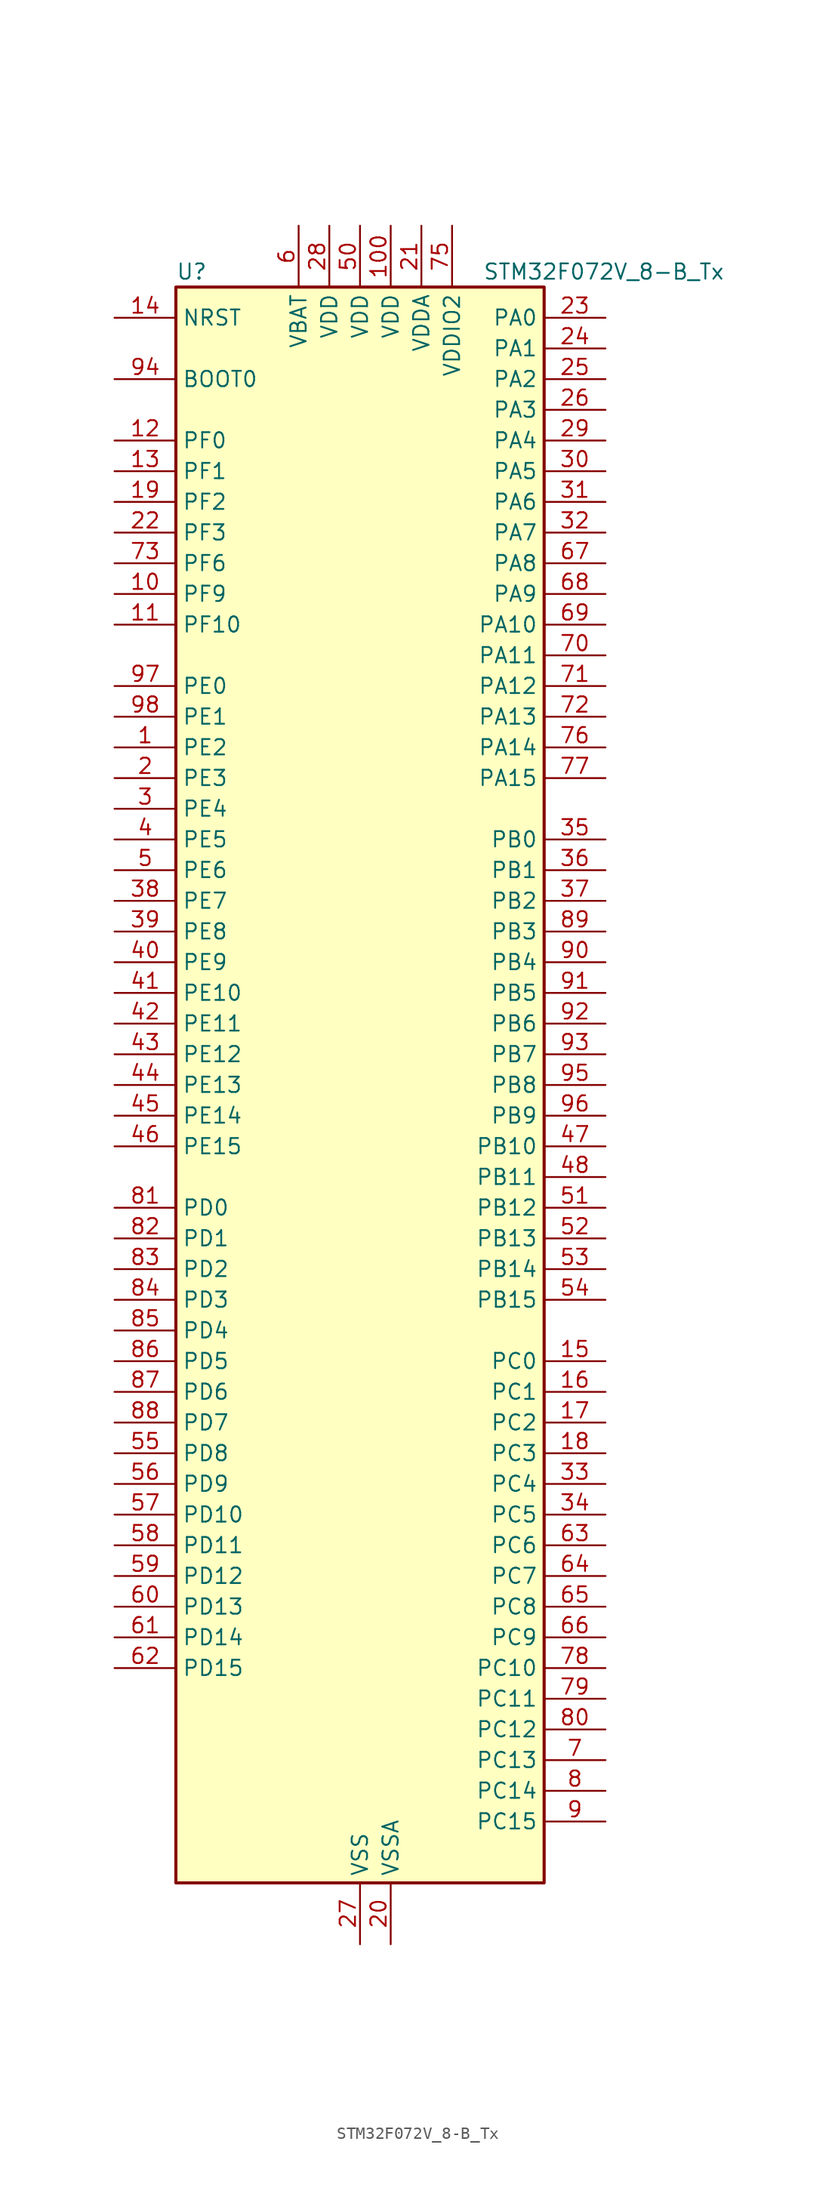
<source format=kicad_sym>
(kicad_symbol_lib
  (version 20220914)
  (generator kicad_symbol_editor)
  (symbol "STM32F072V_8-B_Tx"
    (property "Reference" "U"
      (at -15.24 67.31 0)
      (effects (font (size 1.27 1.27)) (justify left)))
    (property "Value" "STM32F072V_8-B_Tx"
      (at 10.16 67.31 0)
      (effects (font (size 1.27 1.27)) (justify left)))
    (property "ki_locked" ""
      (at 0 0 0)
      (effects (font (size 1.27 1.27))))
    (symbol "STM32F072V_8-B_Tx_0_1"
      (rectangle (start -15.24 -66.04) (end 15.24 66.04) (stroke (width 0.254) (type default)) (fill (type background))))
    (symbol "STM32F072V_8-B_Tx_1_1"
      (pin bidirectional line (at -20.32 27.94 0) (length 5.08) (name "PE2" (effects (font (size 1.27 1.27)))) (number "1" (effects (font (size 1.27 1.27)))) (alternate "TIM3_ETR" bidirectional line) (alternate "TSC_G7_IO1" bidirectional line))
      (pin bidirectional line (at -20.32 40.64 0) (length 5.08) (name "PF9" (effects (font (size 1.27 1.27)))) (number "10" (effects (font (size 1.27 1.27)))) (alternate "DAC_EXTI9" bidirectional line) (alternate "TIM15_CH1" bidirectional line))
      (pin power_in line (at 2.54 71.12 270) (length 5.08) (name "VDD" (effects (font (size 1.27 1.27)))) (number "100" (effects (font (size 1.27 1.27)))))
      (pin bidirectional line (at -20.32 38.1 0) (length 5.08) (name "PF10" (effects (font (size 1.27 1.27)))) (number "11" (effects (font (size 1.27 1.27)))) (alternate "TIM15_CH2" bidirectional line))
      (pin bidirectional line (at -20.32 53.34 0) (length 5.08) (name "PF0" (effects (font (size 1.27 1.27)))) (number "12" (effects (font (size 1.27 1.27)))) (alternate "CRS_SYNC" bidirectional line) (alternate "RCC_OSC_IN" bidirectional line))
      (pin bidirectional line (at -20.32 50.8 0) (length 5.08) (name "PF1" (effects (font (size 1.27 1.27)))) (number "13" (effects (font (size 1.27 1.27)))) (alternate "RCC_OSC_OUT" bidirectional line))
      (pin input line (at -20.32 63.5 0) (length 5.08) (name "NRST" (effects (font (size 1.27 1.27)))) (number "14" (effects (font (size 1.27 1.27)))))
      (pin bidirectional line (at 20.32 -22.86 180) (length 5.08) (name "PC0" (effects (font (size 1.27 1.27)))) (number "15" (effects (font (size 1.27 1.27)))) (alternate "ADC_IN10" bidirectional line))
      (pin bidirectional line (at 20.32 -25.4 180) (length 5.08) (name "PC1" (effects (font (size 1.27 1.27)))) (number "16" (effects (font (size 1.27 1.27)))) (alternate "ADC_IN11" bidirectional line))
      (pin bidirectional line (at 20.32 -27.94 180) (length 5.08) (name "PC2" (effects (font (size 1.27 1.27)))) (number "17" (effects (font (size 1.27 1.27)))) (alternate "ADC_IN12" bidirectional line) (alternate "I2S2_MCK" bidirectional line) (alternate "SPI2_MISO" bidirectional line))
      (pin bidirectional line (at 20.32 -30.48 180) (length 5.08) (name "PC3" (effects (font (size 1.27 1.27)))) (number "18" (effects (font (size 1.27 1.27)))) (alternate "ADC_IN13" bidirectional line) (alternate "I2S2_SD" bidirectional line) (alternate "SPI2_MOSI" bidirectional line))
      (pin bidirectional line (at -20.32 48.26 0) (length 5.08) (name "PF2" (effects (font (size 1.27 1.27)))) (number "19" (effects (font (size 1.27 1.27)))) (alternate "SYS_WKUP8" bidirectional line))
      (pin bidirectional line (at -20.32 25.4 0) (length 5.08) (name "PE3" (effects (font (size 1.27 1.27)))) (number "2" (effects (font (size 1.27 1.27)))) (alternate "TIM3_CH1" bidirectional line) (alternate "TSC_G7_IO2" bidirectional line))
      (pin power_in line (at 2.54 -71.12 90) (length 5.08) (name "VSSA" (effects (font (size 1.27 1.27)))) (number "20" (effects (font (size 1.27 1.27)))))
      (pin power_in line (at 5.08 71.12 270) (length 5.08) (name "VDDA" (effects (font (size 1.27 1.27)))) (number "21" (effects (font (size 1.27 1.27)))))
      (pin bidirectional line (at -20.32 45.72 0) (length 5.08) (name "PF3" (effects (font (size 1.27 1.27)))) (number "22" (effects (font (size 1.27 1.27)))))
      (pin bidirectional line (at 20.32 63.5 180) (length 5.08) (name "PA0" (effects (font (size 1.27 1.27)))) (number "23" (effects (font (size 1.27 1.27)))) (alternate "ADC_IN0" bidirectional line) (alternate "COMP1_INM" bidirectional line) (alternate "COMP1_OUT" bidirectional line) (alternate "RTC_TAMP2" bidirectional line) (alternate "SYS_WKUP1" bidirectional line) (alternate "TIM2_CH1" bidirectional line) (alternate "TIM2_ETR" bidirectional line) (alternate "TSC_G1_IO1" bidirectional line) (alternate "USART2_CTS" bidirectional line) (alternate "USART4_TX" bidirectional line))
      (pin bidirectional line (at 20.32 60.96 180) (length 5.08) (name "PA1" (effects (font (size 1.27 1.27)))) (number "24" (effects (font (size 1.27 1.27)))) (alternate "ADC_IN1" bidirectional line) (alternate "COMP1_INP" bidirectional line) (alternate "TIM15_CH1N" bidirectional line) (alternate "TIM2_CH2" bidirectional line) (alternate "TSC_G1_IO2" bidirectional line) (alternate "USART2_DE" bidirectional line) (alternate "USART2_RTS" bidirectional line) (alternate "USART4_RX" bidirectional line))
      (pin bidirectional line (at 20.32 58.42 180) (length 5.08) (name "PA2" (effects (font (size 1.27 1.27)))) (number "25" (effects (font (size 1.27 1.27)))) (alternate "ADC_IN2" bidirectional line) (alternate "COMP2_INM" bidirectional line) (alternate "COMP2_OUT" bidirectional line) (alternate "SYS_WKUP4" bidirectional line) (alternate "TIM15_CH1" bidirectional line) (alternate "TIM2_CH3" bidirectional line) (alternate "TSC_G1_IO3" bidirectional line) (alternate "USART2_TX" bidirectional line))
      (pin bidirectional line (at 20.32 55.88 180) (length 5.08) (name "PA3" (effects (font (size 1.27 1.27)))) (number "26" (effects (font (size 1.27 1.27)))) (alternate "ADC_IN3" bidirectional line) (alternate "COMP2_INP" bidirectional line) (alternate "TIM15_CH2" bidirectional line) (alternate "TIM2_CH4" bidirectional line) (alternate "TSC_G1_IO4" bidirectional line) (alternate "USART2_RX" bidirectional line))
      (pin power_in line (at 0 -71.12 90) (length 5.08) (name "VSS" (effects (font (size 1.27 1.27)))) (number "27" (effects (font (size 1.27 1.27)))))
      (pin power_in line (at -2.54 71.12 270) (length 5.08) (name "VDD" (effects (font (size 1.27 1.27)))) (number "28" (effects (font (size 1.27 1.27)))))
      (pin bidirectional line (at 20.32 53.34 180) (length 5.08) (name "PA4" (effects (font (size 1.27 1.27)))) (number "29" (effects (font (size 1.27 1.27)))) (alternate "ADC_IN4" bidirectional line) (alternate "COMP1_INM" bidirectional line) (alternate "COMP2_INM" bidirectional line) (alternate "DAC_OUT1" bidirectional line) (alternate "I2S1_WS" bidirectional line) (alternate "SPI1_NSS" bidirectional line) (alternate "TIM14_CH1" bidirectional line) (alternate "TSC_G2_IO1" bidirectional line) (alternate "USART2_CK" bidirectional line))
      (pin bidirectional line (at -20.32 22.86 0) (length 5.08) (name "PE4" (effects (font (size 1.27 1.27)))) (number "3" (effects (font (size 1.27 1.27)))) (alternate "TIM3_CH2" bidirectional line) (alternate "TSC_G7_IO3" bidirectional line))
      (pin bidirectional line (at 20.32 50.8 180) (length 5.08) (name "PA5" (effects (font (size 1.27 1.27)))) (number "30" (effects (font (size 1.27 1.27)))) (alternate "ADC_IN5" bidirectional line) (alternate "CEC" bidirectional line) (alternate "COMP1_INM" bidirectional line) (alternate "COMP2_INM" bidirectional line) (alternate "DAC_OUT2" bidirectional line) (alternate "I2S1_CK" bidirectional line) (alternate "SPI1_SCK" bidirectional line) (alternate "TIM2_CH1" bidirectional line) (alternate "TIM2_ETR" bidirectional line) (alternate "TSC_G2_IO2" bidirectional line))
      (pin bidirectional line (at 20.32 48.26 180) (length 5.08) (name "PA6" (effects (font (size 1.27 1.27)))) (number "31" (effects (font (size 1.27 1.27)))) (alternate "ADC_IN6" bidirectional line) (alternate "COMP1_OUT" bidirectional line) (alternate "I2S1_MCK" bidirectional line) (alternate "SPI1_MISO" bidirectional line) (alternate "TIM16_CH1" bidirectional line) (alternate "TIM1_BKIN" bidirectional line) (alternate "TIM3_CH1" bidirectional line) (alternate "TSC_G2_IO3" bidirectional line) (alternate "USART3_CTS" bidirectional line))
      (pin bidirectional line (at 20.32 45.72 180) (length 5.08) (name "PA7" (effects (font (size 1.27 1.27)))) (number "32" (effects (font (size 1.27 1.27)))) (alternate "ADC_IN7" bidirectional line) (alternate "COMP2_OUT" bidirectional line) (alternate "I2S1_SD" bidirectional line) (alternate "SPI1_MOSI" bidirectional line) (alternate "TIM14_CH1" bidirectional line) (alternate "TIM17_CH1" bidirectional line) (alternate "TIM1_CH1N" bidirectional line) (alternate "TIM3_CH2" bidirectional line) (alternate "TSC_G2_IO4" bidirectional line))
      (pin bidirectional line (at 20.32 -33.02 180) (length 5.08) (name "PC4" (effects (font (size 1.27 1.27)))) (number "33" (effects (font (size 1.27 1.27)))) (alternate "ADC_IN14" bidirectional line) (alternate "USART3_TX" bidirectional line))
      (pin bidirectional line (at 20.32 -35.56 180) (length 5.08) (name "PC5" (effects (font (size 1.27 1.27)))) (number "34" (effects (font (size 1.27 1.27)))) (alternate "ADC_IN15" bidirectional line) (alternate "SYS_WKUP5" bidirectional line) (alternate "TSC_G3_IO1" bidirectional line) (alternate "USART3_RX" bidirectional line))
      (pin bidirectional line (at 20.32 20.32 180) (length 5.08) (name "PB0" (effects (font (size 1.27 1.27)))) (number "35" (effects (font (size 1.27 1.27)))) (alternate "ADC_IN8" bidirectional line) (alternate "TIM1_CH2N" bidirectional line) (alternate "TIM3_CH3" bidirectional line) (alternate "TSC_G3_IO2" bidirectional line) (alternate "USART3_CK" bidirectional line))
      (pin bidirectional line (at 20.32 17.78 180) (length 5.08) (name "PB1" (effects (font (size 1.27 1.27)))) (number "36" (effects (font (size 1.27 1.27)))) (alternate "ADC_IN9" bidirectional line) (alternate "TIM14_CH1" bidirectional line) (alternate "TIM1_CH3N" bidirectional line) (alternate "TIM3_CH4" bidirectional line) (alternate "TSC_G3_IO3" bidirectional line) (alternate "USART3_DE" bidirectional line) (alternate "USART3_RTS" bidirectional line))
      (pin bidirectional line (at 20.32 15.24 180) (length 5.08) (name "PB2" (effects (font (size 1.27 1.27)))) (number "37" (effects (font (size 1.27 1.27)))) (alternate "TSC_G3_IO4" bidirectional line))
      (pin bidirectional line (at -20.32 15.24 0) (length 5.08) (name "PE7" (effects (font (size 1.27 1.27)))) (number "38" (effects (font (size 1.27 1.27)))) (alternate "TIM1_ETR" bidirectional line))
      (pin bidirectional line (at -20.32 12.7 0) (length 5.08) (name "PE8" (effects (font (size 1.27 1.27)))) (number "39" (effects (font (size 1.27 1.27)))) (alternate "TIM1_CH1N" bidirectional line))
      (pin bidirectional line (at -20.32 20.32 0) (length 5.08) (name "PE5" (effects (font (size 1.27 1.27)))) (number "4" (effects (font (size 1.27 1.27)))) (alternate "TIM3_CH3" bidirectional line) (alternate "TSC_G7_IO4" bidirectional line))
      (pin bidirectional line (at -20.32 10.16 0) (length 5.08) (name "PE9" (effects (font (size 1.27 1.27)))) (number "40" (effects (font (size 1.27 1.27)))) (alternate "DAC_EXTI9" bidirectional line) (alternate "TIM1_CH1" bidirectional line))
      (pin bidirectional line (at -20.32 7.62 0) (length 5.08) (name "PE10" (effects (font (size 1.27 1.27)))) (number "41" (effects (font (size 1.27 1.27)))) (alternate "TIM1_CH2N" bidirectional line))
      (pin bidirectional line (at -20.32 5.08 0) (length 5.08) (name "PE11" (effects (font (size 1.27 1.27)))) (number "42" (effects (font (size 1.27 1.27)))) (alternate "TIM1_CH2" bidirectional line))
      (pin bidirectional line (at -20.32 2.54 0) (length 5.08) (name "PE12" (effects (font (size 1.27 1.27)))) (number "43" (effects (font (size 1.27 1.27)))) (alternate "I2S1_WS" bidirectional line) (alternate "SPI1_NSS" bidirectional line) (alternate "TIM1_CH3N" bidirectional line))
      (pin bidirectional line (at -20.32 0 0) (length 5.08) (name "PE13" (effects (font (size 1.27 1.27)))) (number "44" (effects (font (size 1.27 1.27)))) (alternate "I2S1_CK" bidirectional line) (alternate "SPI1_SCK" bidirectional line) (alternate "TIM1_CH3" bidirectional line))
      (pin bidirectional line (at -20.32 -2.54 0) (length 5.08) (name "PE14" (effects (font (size 1.27 1.27)))) (number "45" (effects (font (size 1.27 1.27)))) (alternate "I2S1_MCK" bidirectional line) (alternate "SPI1_MISO" bidirectional line) (alternate "TIM1_CH4" bidirectional line))
      (pin bidirectional line (at -20.32 -5.08 0) (length 5.08) (name "PE15" (effects (font (size 1.27 1.27)))) (number "46" (effects (font (size 1.27 1.27)))) (alternate "I2S1_SD" bidirectional line) (alternate "SPI1_MOSI" bidirectional line) (alternate "TIM1_BKIN" bidirectional line))
      (pin bidirectional line (at 20.32 -5.08 180) (length 5.08) (name "PB10" (effects (font (size 1.27 1.27)))) (number "47" (effects (font (size 1.27 1.27)))) (alternate "CEC" bidirectional line) (alternate "I2C2_SCL" bidirectional line) (alternate "I2S2_CK" bidirectional line) (alternate "SPI2_SCK" bidirectional line) (alternate "TIM2_CH3" bidirectional line) (alternate "TSC_SYNC" bidirectional line) (alternate "USART3_TX" bidirectional line))
      (pin bidirectional line (at 20.32 -7.62 180) (length 5.08) (name "PB11" (effects (font (size 1.27 1.27)))) (number "48" (effects (font (size 1.27 1.27)))) (alternate "I2C2_SDA" bidirectional line) (alternate "TIM2_CH4" bidirectional line) (alternate "TSC_G6_IO1" bidirectional line) (alternate "USART3_RX" bidirectional line))
      (pin passive line (at 0 -71.12 90) (length 5.08) hide (name "VSS" (effects (font (size 1.27 1.27)))) (number "49" (effects (font (size 1.27 1.27)))))
      (pin bidirectional line (at -20.32 17.78 0) (length 5.08) (name "PE6" (effects (font (size 1.27 1.27)))) (number "5" (effects (font (size 1.27 1.27)))) (alternate "RTC_TAMP3" bidirectional line) (alternate "SYS_WKUP3" bidirectional line) (alternate "TIM3_CH4" bidirectional line))
      (pin power_in line (at 0 71.12 270) (length 5.08) (name "VDD" (effects (font (size 1.27 1.27)))) (number "50" (effects (font (size 1.27 1.27)))))
      (pin bidirectional line (at 20.32 -10.16 180) (length 5.08) (name "PB12" (effects (font (size 1.27 1.27)))) (number "51" (effects (font (size 1.27 1.27)))) (alternate "I2S2_WS" bidirectional line) (alternate "SPI2_NSS" bidirectional line) (alternate "TIM15_BKIN" bidirectional line) (alternate "TIM1_BKIN" bidirectional line) (alternate "TSC_G6_IO2" bidirectional line) (alternate "USART3_CK" bidirectional line))
      (pin bidirectional line (at 20.32 -12.7 180) (length 5.08) (name "PB13" (effects (font (size 1.27 1.27)))) (number "52" (effects (font (size 1.27 1.27)))) (alternate "I2C2_SCL" bidirectional line) (alternate "I2S2_CK" bidirectional line) (alternate "SPI2_SCK" bidirectional line) (alternate "TIM1_CH1N" bidirectional line) (alternate "TSC_G6_IO3" bidirectional line) (alternate "USART3_CTS" bidirectional line))
      (pin bidirectional line (at 20.32 -15.24 180) (length 5.08) (name "PB14" (effects (font (size 1.27 1.27)))) (number "53" (effects (font (size 1.27 1.27)))) (alternate "I2C2_SDA" bidirectional line) (alternate "I2S2_MCK" bidirectional line) (alternate "SPI2_MISO" bidirectional line) (alternate "TIM15_CH1" bidirectional line) (alternate "TIM1_CH2N" bidirectional line) (alternate "TSC_G6_IO4" bidirectional line) (alternate "USART3_DE" bidirectional line) (alternate "USART3_RTS" bidirectional line))
      (pin bidirectional line (at 20.32 -17.78 180) (length 5.08) (name "PB15" (effects (font (size 1.27 1.27)))) (number "54" (effects (font (size 1.27 1.27)))) (alternate "I2S2_SD" bidirectional line) (alternate "RTC_REFIN" bidirectional line) (alternate "SPI2_MOSI" bidirectional line) (alternate "SYS_WKUP7" bidirectional line) (alternate "TIM15_CH1N" bidirectional line) (alternate "TIM15_CH2" bidirectional line) (alternate "TIM1_CH3N" bidirectional line))
      (pin bidirectional line (at -20.32 -30.48 0) (length 5.08) (name "PD8" (effects (font (size 1.27 1.27)))) (number "55" (effects (font (size 1.27 1.27)))) (alternate "USART3_TX" bidirectional line))
      (pin bidirectional line (at -20.32 -33.02 0) (length 5.08) (name "PD9" (effects (font (size 1.27 1.27)))) (number "56" (effects (font (size 1.27 1.27)))) (alternate "DAC_EXTI9" bidirectional line) (alternate "USART3_RX" bidirectional line))
      (pin bidirectional line (at -20.32 -35.56 0) (length 5.08) (name "PD10" (effects (font (size 1.27 1.27)))) (number "57" (effects (font (size 1.27 1.27)))) (alternate "USART3_CK" bidirectional line))
      (pin bidirectional line (at -20.32 -38.1 0) (length 5.08) (name "PD11" (effects (font (size 1.27 1.27)))) (number "58" (effects (font (size 1.27 1.27)))) (alternate "USART3_CTS" bidirectional line))
      (pin bidirectional line (at -20.32 -40.64 0) (length 5.08) (name "PD12" (effects (font (size 1.27 1.27)))) (number "59" (effects (font (size 1.27 1.27)))) (alternate "TSC_G8_IO1" bidirectional line) (alternate "USART3_DE" bidirectional line) (alternate "USART3_RTS" bidirectional line))
      (pin power_in line (at -5.08 71.12 270) (length 5.08) (name "VBAT" (effects (font (size 1.27 1.27)))) (number "6" (effects (font (size 1.27 1.27)))))
      (pin bidirectional line (at -20.32 -43.18 0) (length 5.08) (name "PD13" (effects (font (size 1.27 1.27)))) (number "60" (effects (font (size 1.27 1.27)))) (alternate "TSC_G8_IO2" bidirectional line))
      (pin bidirectional line (at -20.32 -45.72 0) (length 5.08) (name "PD14" (effects (font (size 1.27 1.27)))) (number "61" (effects (font (size 1.27 1.27)))) (alternate "TSC_G8_IO3" bidirectional line))
      (pin bidirectional line (at -20.32 -48.26 0) (length 5.08) (name "PD15" (effects (font (size 1.27 1.27)))) (number "62" (effects (font (size 1.27 1.27)))) (alternate "CRS_SYNC" bidirectional line) (alternate "TSC_G8_IO4" bidirectional line))
      (pin bidirectional line (at 20.32 -38.1 180) (length 5.08) (name "PC6" (effects (font (size 1.27 1.27)))) (number "63" (effects (font (size 1.27 1.27)))) (alternate "TIM3_CH1" bidirectional line))
      (pin bidirectional line (at 20.32 -40.64 180) (length 5.08) (name "PC7" (effects (font (size 1.27 1.27)))) (number "64" (effects (font (size 1.27 1.27)))) (alternate "TIM3_CH2" bidirectional line))
      (pin bidirectional line (at 20.32 -43.18 180) (length 5.08) (name "PC8" (effects (font (size 1.27 1.27)))) (number "65" (effects (font (size 1.27 1.27)))) (alternate "TIM3_CH3" bidirectional line))
      (pin bidirectional line (at 20.32 -45.72 180) (length 5.08) (name "PC9" (effects (font (size 1.27 1.27)))) (number "66" (effects (font (size 1.27 1.27)))) (alternate "DAC_EXTI9" bidirectional line) (alternate "TIM3_CH4" bidirectional line))
      (pin bidirectional line (at 20.32 43.18 180) (length 5.08) (name "PA8" (effects (font (size 1.27 1.27)))) (number "67" (effects (font (size 1.27 1.27)))) (alternate "CRS_SYNC" bidirectional line) (alternate "RCC_MCO" bidirectional line) (alternate "TIM1_CH1" bidirectional line) (alternate "USART1_CK" bidirectional line))
      (pin bidirectional line (at 20.32 40.64 180) (length 5.08) (name "PA9" (effects (font (size 1.27 1.27)))) (number "68" (effects (font (size 1.27 1.27)))) (alternate "DAC_EXTI9" bidirectional line) (alternate "TIM15_BKIN" bidirectional line) (alternate "TIM1_CH2" bidirectional line) (alternate "TSC_G4_IO1" bidirectional line) (alternate "USART1_TX" bidirectional line))
      (pin bidirectional line (at 20.32 38.1 180) (length 5.08) (name "PA10" (effects (font (size 1.27 1.27)))) (number "69" (effects (font (size 1.27 1.27)))) (alternate "TIM17_BKIN" bidirectional line) (alternate "TIM1_CH3" bidirectional line) (alternate "TSC_G4_IO2" bidirectional line) (alternate "USART1_RX" bidirectional line))
      (pin bidirectional line (at 20.32 -55.88 180) (length 5.08) (name "PC13" (effects (font (size 1.27 1.27)))) (number "7" (effects (font (size 1.27 1.27)))) (alternate "RTC_OUT_ALARM" bidirectional line) (alternate "RTC_OUT_CALIB" bidirectional line) (alternate "RTC_TAMP1" bidirectional line) (alternate "RTC_TS" bidirectional line) (alternate "SYS_WKUP2" bidirectional line))
      (pin bidirectional line (at 20.32 35.56 180) (length 5.08) (name "PA11" (effects (font (size 1.27 1.27)))) (number "70" (effects (font (size 1.27 1.27)))) (alternate "CAN_RX" bidirectional line) (alternate "COMP1_OUT" bidirectional line) (alternate "TIM1_CH4" bidirectional line) (alternate "TSC_G4_IO3" bidirectional line) (alternate "USART1_CTS" bidirectional line) (alternate "USB_DM" bidirectional line))
      (pin bidirectional line (at 20.32 33.02 180) (length 5.08) (name "PA12" (effects (font (size 1.27 1.27)))) (number "71" (effects (font (size 1.27 1.27)))) (alternate "CAN_TX" bidirectional line) (alternate "COMP2_OUT" bidirectional line) (alternate "TIM1_ETR" bidirectional line) (alternate "TSC_G4_IO4" bidirectional line) (alternate "USART1_DE" bidirectional line) (alternate "USART1_RTS" bidirectional line) (alternate "USB_DP" bidirectional line))
      (pin bidirectional line (at 20.32 30.48 180) (length 5.08) (name "PA13" (effects (font (size 1.27 1.27)))) (number "72" (effects (font (size 1.27 1.27)))) (alternate "IR_OUT" bidirectional line) (alternate "SYS_SWDIO" bidirectional line) (alternate "USB_NOE" bidirectional line))
      (pin bidirectional line (at -20.32 43.18 0) (length 5.08) (name "PF6" (effects (font (size 1.27 1.27)))) (number "73" (effects (font (size 1.27 1.27)))))
      (pin passive line (at 0 -71.12 90) (length 5.08) hide (name "VSS" (effects (font (size 1.27 1.27)))) (number "74" (effects (font (size 1.27 1.27)))))
      (pin power_in line (at 7.62 71.12 270) (length 5.08) (name "VDDIO2" (effects (font (size 1.27 1.27)))) (number "75" (effects (font (size 1.27 1.27)))))
      (pin bidirectional line (at 20.32 27.94 180) (length 5.08) (name "PA14" (effects (font (size 1.27 1.27)))) (number "76" (effects (font (size 1.27 1.27)))) (alternate "SYS_SWCLK" bidirectional line) (alternate "USART2_TX" bidirectional line))
      (pin bidirectional line (at 20.32 25.4 180) (length 5.08) (name "PA15" (effects (font (size 1.27 1.27)))) (number "77" (effects (font (size 1.27 1.27)))) (alternate "I2S1_WS" bidirectional line) (alternate "SPI1_NSS" bidirectional line) (alternate "TIM2_CH1" bidirectional line) (alternate "TIM2_ETR" bidirectional line) (alternate "USART2_RX" bidirectional line) (alternate "USART4_DE" bidirectional line) (alternate "USART4_RTS" bidirectional line))
      (pin bidirectional line (at 20.32 -48.26 180) (length 5.08) (name "PC10" (effects (font (size 1.27 1.27)))) (number "78" (effects (font (size 1.27 1.27)))) (alternate "USART3_TX" bidirectional line) (alternate "USART4_TX" bidirectional line))
      (pin bidirectional line (at 20.32 -50.8 180) (length 5.08) (name "PC11" (effects (font (size 1.27 1.27)))) (number "79" (effects (font (size 1.27 1.27)))) (alternate "USART3_RX" bidirectional line) (alternate "USART4_RX" bidirectional line))
      (pin bidirectional line (at 20.32 -58.42 180) (length 5.08) (name "PC14" (effects (font (size 1.27 1.27)))) (number "8" (effects (font (size 1.27 1.27)))) (alternate "RCC_OSC32_IN" bidirectional line))
      (pin bidirectional line (at 20.32 -53.34 180) (length 5.08) (name "PC12" (effects (font (size 1.27 1.27)))) (number "80" (effects (font (size 1.27 1.27)))) (alternate "USART3_CK" bidirectional line) (alternate "USART4_CK" bidirectional line))
      (pin bidirectional line (at -20.32 -10.16 0) (length 5.08) (name "PD0" (effects (font (size 1.27 1.27)))) (number "81" (effects (font (size 1.27 1.27)))) (alternate "CAN_RX" bidirectional line) (alternate "I2S2_WS" bidirectional line) (alternate "SPI2_NSS" bidirectional line))
      (pin bidirectional line (at -20.32 -12.7 0) (length 5.08) (name "PD1" (effects (font (size 1.27 1.27)))) (number "82" (effects (font (size 1.27 1.27)))) (alternate "CAN_TX" bidirectional line) (alternate "I2S2_CK" bidirectional line) (alternate "SPI2_SCK" bidirectional line))
      (pin bidirectional line (at -20.32 -15.24 0) (length 5.08) (name "PD2" (effects (font (size 1.27 1.27)))) (number "83" (effects (font (size 1.27 1.27)))) (alternate "TIM3_ETR" bidirectional line) (alternate "USART3_DE" bidirectional line) (alternate "USART3_RTS" bidirectional line))
      (pin bidirectional line (at -20.32 -17.78 0) (length 5.08) (name "PD3" (effects (font (size 1.27 1.27)))) (number "84" (effects (font (size 1.27 1.27)))) (alternate "I2S2_MCK" bidirectional line) (alternate "SPI2_MISO" bidirectional line) (alternate "USART2_CTS" bidirectional line))
      (pin bidirectional line (at -20.32 -20.32 0) (length 5.08) (name "PD4" (effects (font (size 1.27 1.27)))) (number "85" (effects (font (size 1.27 1.27)))) (alternate "I2S2_SD" bidirectional line) (alternate "SPI2_MOSI" bidirectional line) (alternate "USART2_DE" bidirectional line) (alternate "USART2_RTS" bidirectional line))
      (pin bidirectional line (at -20.32 -22.86 0) (length 5.08) (name "PD5" (effects (font (size 1.27 1.27)))) (number "86" (effects (font (size 1.27 1.27)))) (alternate "USART2_TX" bidirectional line))
      (pin bidirectional line (at -20.32 -25.4 0) (length 5.08) (name "PD6" (effects (font (size 1.27 1.27)))) (number "87" (effects (font (size 1.27 1.27)))) (alternate "USART2_RX" bidirectional line))
      (pin bidirectional line (at -20.32 -27.94 0) (length 5.08) (name "PD7" (effects (font (size 1.27 1.27)))) (number "88" (effects (font (size 1.27 1.27)))) (alternate "USART2_CK" bidirectional line))
      (pin bidirectional line (at 20.32 12.7 180) (length 5.08) (name "PB3" (effects (font (size 1.27 1.27)))) (number "89" (effects (font (size 1.27 1.27)))) (alternate "I2S1_CK" bidirectional line) (alternate "SPI1_SCK" bidirectional line) (alternate "TIM2_CH2" bidirectional line) (alternate "TSC_G5_IO1" bidirectional line))
      (pin bidirectional line (at 20.32 -60.96 180) (length 5.08) (name "PC15" (effects (font (size 1.27 1.27)))) (number "9" (effects (font (size 1.27 1.27)))) (alternate "RCC_OSC32_OUT" bidirectional line))
      (pin bidirectional line (at 20.32 10.16 180) (length 5.08) (name "PB4" (effects (font (size 1.27 1.27)))) (number "90" (effects (font (size 1.27 1.27)))) (alternate "I2S1_MCK" bidirectional line) (alternate "SPI1_MISO" bidirectional line) (alternate "TIM17_BKIN" bidirectional line) (alternate "TIM3_CH1" bidirectional line) (alternate "TSC_G5_IO2" bidirectional line))
      (pin bidirectional line (at 20.32 7.62 180) (length 5.08) (name "PB5" (effects (font (size 1.27 1.27)))) (number "91" (effects (font (size 1.27 1.27)))) (alternate "I2C1_SMBA" bidirectional line) (alternate "I2S1_SD" bidirectional line) (alternate "SPI1_MOSI" bidirectional line) (alternate "SYS_WKUP6" bidirectional line) (alternate "TIM16_BKIN" bidirectional line) (alternate "TIM3_CH2" bidirectional line))
      (pin bidirectional line (at 20.32 5.08 180) (length 5.08) (name "PB6" (effects (font (size 1.27 1.27)))) (number "92" (effects (font (size 1.27 1.27)))) (alternate "I2C1_SCL" bidirectional line) (alternate "TIM16_CH1N" bidirectional line) (alternate "TSC_G5_IO3" bidirectional line) (alternate "USART1_TX" bidirectional line))
      (pin bidirectional line (at 20.32 2.54 180) (length 5.08) (name "PB7" (effects (font (size 1.27 1.27)))) (number "93" (effects (font (size 1.27 1.27)))) (alternate "I2C1_SDA" bidirectional line) (alternate "TIM17_CH1N" bidirectional line) (alternate "TSC_G5_IO4" bidirectional line) (alternate "USART1_RX" bidirectional line) (alternate "USART4_CTS" bidirectional line))
      (pin input line (at -20.32 58.42 0) (length 5.08) (name "BOOT0" (effects (font (size 1.27 1.27)))) (number "94" (effects (font (size 1.27 1.27)))))
      (pin bidirectional line (at 20.32 0 180) (length 5.08) (name "PB8" (effects (font (size 1.27 1.27)))) (number "95" (effects (font (size 1.27 1.27)))) (alternate "CAN_RX" bidirectional line) (alternate "CEC" bidirectional line) (alternate "I2C1_SCL" bidirectional line) (alternate "TIM16_CH1" bidirectional line) (alternate "TSC_SYNC" bidirectional line))
      (pin bidirectional line (at 20.32 -2.54 180) (length 5.08) (name "PB9" (effects (font (size 1.27 1.27)))) (number "96" (effects (font (size 1.27 1.27)))) (alternate "CAN_TX" bidirectional line) (alternate "DAC_EXTI9" bidirectional line) (alternate "I2C1_SDA" bidirectional line) (alternate "I2S2_WS" bidirectional line) (alternate "IR_OUT" bidirectional line) (alternate "SPI2_NSS" bidirectional line) (alternate "TIM17_CH1" bidirectional line))
      (pin bidirectional line (at -20.32 33.02 0) (length 5.08) (name "PE0" (effects (font (size 1.27 1.27)))) (number "97" (effects (font (size 1.27 1.27)))) (alternate "TIM16_CH1" bidirectional line))
      (pin bidirectional line (at -20.32 30.48 0) (length 5.08) (name "PE1" (effects (font (size 1.27 1.27)))) (number "98" (effects (font (size 1.27 1.27)))) (alternate "TIM17_CH1" bidirectional line))
      (pin passive line (at 0 -71.12 90) (length 5.08) hide (name "VSS" (effects (font (size 1.27 1.27)))) (number "99" (effects (font (size 1.27 1.27))))))))
</source>
